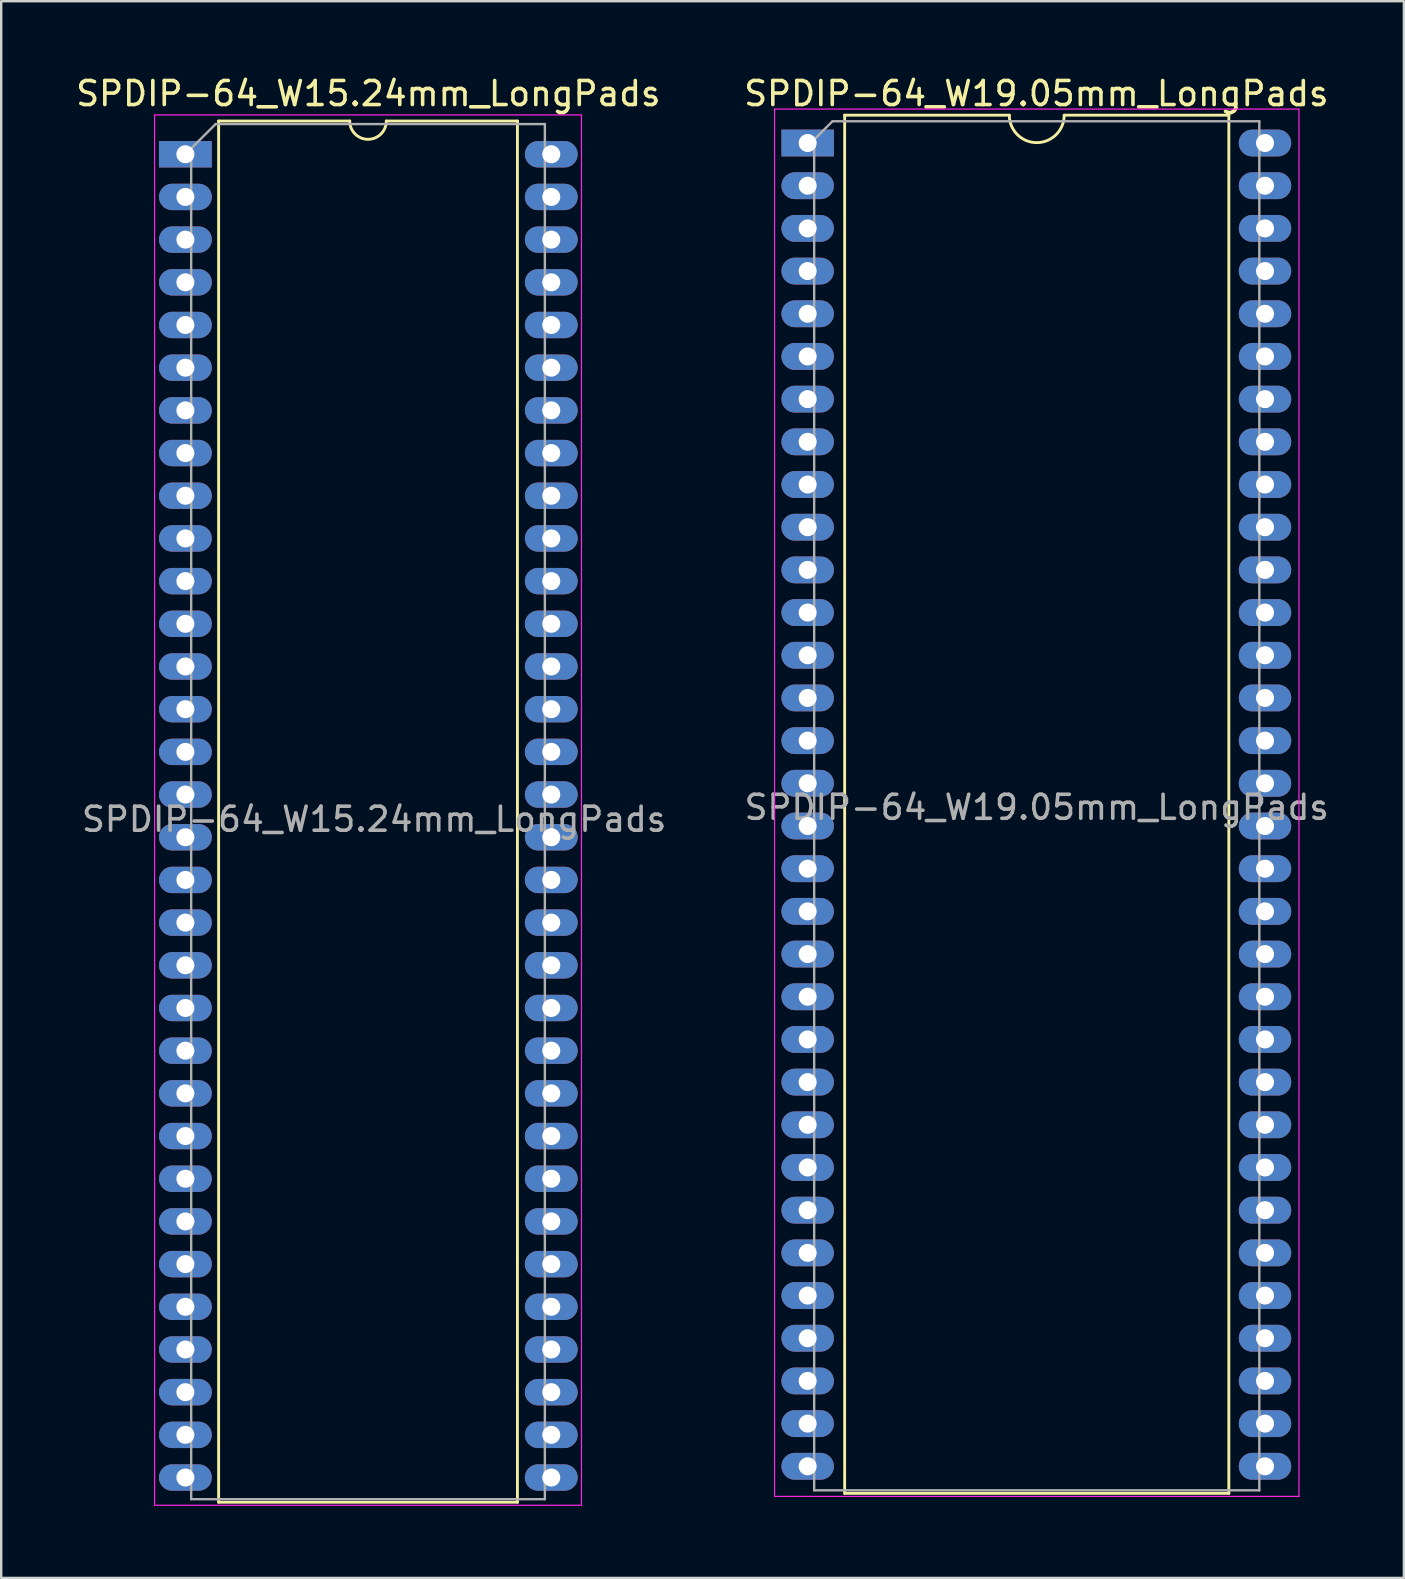
<source format=kicad_pcb>
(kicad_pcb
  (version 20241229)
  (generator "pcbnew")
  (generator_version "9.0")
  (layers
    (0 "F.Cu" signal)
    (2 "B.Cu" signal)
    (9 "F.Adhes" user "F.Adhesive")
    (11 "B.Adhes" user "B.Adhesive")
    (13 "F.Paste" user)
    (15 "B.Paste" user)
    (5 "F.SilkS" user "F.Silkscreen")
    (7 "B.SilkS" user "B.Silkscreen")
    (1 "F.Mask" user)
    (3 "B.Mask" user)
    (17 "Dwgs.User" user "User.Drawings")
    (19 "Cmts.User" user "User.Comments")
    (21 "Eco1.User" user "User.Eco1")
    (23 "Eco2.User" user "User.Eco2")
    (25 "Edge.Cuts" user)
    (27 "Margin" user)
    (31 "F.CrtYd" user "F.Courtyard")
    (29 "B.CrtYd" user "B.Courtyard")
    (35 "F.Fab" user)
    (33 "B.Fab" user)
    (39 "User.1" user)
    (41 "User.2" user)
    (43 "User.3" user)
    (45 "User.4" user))
  (footprint "SPDIP-64_W19.05mm_LongPads"
    (layer "F.Cu")
    (at 30.608 2.891)
    (property "Reference" "SPDIP-64_W19.05mm_LongPads" (at 9.508 -2.043 0) (layer "F.SilkS") (effects (font (size 1 1) (thickness 0.15))))
    (attr through_hole)
    (fp_line (start 1.524 -1.143) (end 1.524 56.261) (stroke (width 0.12) (type solid)) (layer "F.SilkS"))
    (fp_line (start 1.524 -1.143) (end 8.382 -1.143) (stroke (width 0.12) (type solid)) (layer "F.SilkS"))
    (fp_line (start 1.524 56.261) (end 17.526 56.261) (stroke (width 0.12) (type solid)) (layer "F.SilkS"))
    (fp_line (start 17.526 -1.143) (end 10.668 -1.143) (stroke (width 0.12) (type solid)) (layer "F.SilkS"))
    (fp_line (start 17.526 56.261) (end 17.526 -1.143) (stroke (width 0.12) (type solid)) (layer "F.SilkS"))
    (fp_arc (start 10.668 -1.143) (mid 9.525 0) (end 8.382 -1.143) (stroke (width 0.12) (type solid)) (layer "F.SilkS"))
    (fp_line (start -1.397 -1.397) (end 20.447 -1.397) (stroke (width 0.05) (type solid)) (layer "F.CrtYd"))
    (fp_line (start -1.397 56.388) (end -1.397 -1.397) (stroke (width 0.05) (type solid)) (layer "F.CrtYd"))
    (fp_line (start 20.447 -1.397) (end 20.447 56.388) (stroke (width 0.05) (type solid)) (layer "F.CrtYd"))
    (fp_line (start 20.447 56.388) (end -1.397 56.388) (stroke (width 0.05) (type solid)) (layer "F.CrtYd"))
    (fp_line (start 0.254 -0.127) (end 1.016 -0.889) (stroke (width 0.1) (type solid)) (layer "F.Fab"))
    (fp_line (start 0.254 56.134) (end 0.254 -0.127) (stroke (width 0.1) (type solid)) (layer "F.Fab"))
    (fp_line (start 0.254 56.134) (end 18.796 56.134) (stroke (width 0.1) (type solid)) (layer "F.Fab"))
    (fp_line (start 18.796 -0.889) (end 1.016 -0.889) (stroke (width 0.1) (type solid)) (layer "F.Fab"))
    (fp_line (start 18.796 56.134) (end 18.796 -0.889) (stroke (width 0.1) (type solid)) (layer "F.Fab"))
    (fp_text user "${REFERENCE}" (at 9.525 27.686 0) (layer "F.Fab") (effects (font (size 1 1) (thickness 0.15))))
    (pad "1" thru_hole rect (at -0.017 0.016 270) (size 1.118 2.184) (drill 0.75) (layers "*.Cu" "*.Mask"))
    (pad "2" thru_hole oval (at -0.017 1.794 270) (size 1.118 2.184) (drill 0.75) (layers "*.Cu" "*.Mask"))
    (pad "3" thru_hole oval (at -0.017 3.572 270) (size 1.118 2.184) (drill 0.75) (layers "*.Cu" "*.Mask"))
    (pad "4" thru_hole oval (at -0.017 5.35 270) (size 1.118 2.184) (drill 0.75) (layers "*.Cu" "*.Mask"))
    (pad "5" thru_hole oval (at -0.017 7.128 270) (size 1.118 2.184) (drill 0.75) (layers "*.Cu" "*.Mask"))
    (pad "6" thru_hole oval (at -0.017 8.906 270) (size 1.118 2.184) (drill 0.75) (layers "*.Cu" "*.Mask"))
    (pad "7" thru_hole oval (at -0.017 10.684 270) (size 1.118 2.184) (drill 0.75) (layers "*.Cu" "*.Mask"))
    (pad "8" thru_hole oval (at -0.017 12.462 270) (size 1.118 2.184) (drill 0.75) (layers "*.Cu" "*.Mask"))
    (pad "9" thru_hole oval (at -0.017 14.24 270) (size 1.118 2.184) (drill 0.75) (layers "*.Cu" "*.Mask"))
    (pad "10" thru_hole oval (at -0.017 16.018 270) (size 1.118 2.184) (drill 0.75) (layers "*.Cu" "*.Mask"))
    (pad "11" thru_hole oval (at -0.017 17.796 270) (size 1.118 2.184) (drill 0.75) (layers "*.Cu" "*.Mask"))
    (pad "12" thru_hole oval (at -0.017 19.574 270) (size 1.118 2.184) (drill 0.75) (layers "*.Cu" "*.Mask"))
    (pad "13" thru_hole oval (at -0.017 21.352 270) (size 1.118 2.184) (drill 0.75) (layers "*.Cu" "*.Mask"))
    (pad "14" thru_hole oval (at -0.017 23.13 270) (size 1.118 2.184) (drill 0.75) (layers "*.Cu" "*.Mask"))
    (pad "15" thru_hole oval (at -0.017 24.908 270) (size 1.118 2.184) (drill 0.75) (layers "*.Cu" "*.Mask"))
    (pad "16" thru_hole oval (at -0.017 26.686 270) (size 1.118 2.184) (drill 0.75) (layers "*.Cu" "*.Mask"))
    (pad "17" thru_hole oval (at -0.017 28.464 270) (size 1.118 2.184) (drill 0.75) (layers "*.Cu" "*.Mask"))
    (pad "18" thru_hole oval (at -0.017 30.242 270) (size 1.118 2.184) (drill 0.75) (layers "*.Cu" "*.Mask"))
    (pad "19" thru_hole oval (at -0.017 32.02 270) (size 1.118 2.184) (drill 0.75) (layers "*.Cu" "*.Mask"))
    (pad "20" thru_hole oval (at -0.017 33.798 270) (size 1.118 2.184) (drill 0.75) (layers "*.Cu" "*.Mask"))
    (pad "21" thru_hole oval (at -0.017 35.576 270) (size 1.118 2.184) (drill 0.75) (layers "*.Cu" "*.Mask"))
    (pad "22" thru_hole oval (at -0.017 37.354 270) (size 1.118 2.184) (drill 0.75) (layers "*.Cu" "*.Mask"))
    (pad "23" thru_hole oval (at -0.017 39.132 270) (size 1.118 2.184) (drill 0.75) (layers "*.Cu" "*.Mask"))
    (pad "24" thru_hole oval (at -0.017 40.91 270) (size 1.118 2.184) (drill 0.75) (layers "*.Cu" "*.Mask"))
    (pad "25" thru_hole oval (at -0.017 42.688 270) (size 1.118 2.184) (drill 0.75) (layers "*.Cu" "*.Mask"))
    (pad "26" thru_hole oval (at -0.017 44.466 270) (size 1.118 2.184) (drill 0.75) (layers "*.Cu" "*.Mask"))
    (pad "27" thru_hole oval (at -0.017 46.244 270) (size 1.118 2.184) (drill 0.75) (layers "*.Cu" "*.Mask"))
    (pad "28" thru_hole oval (at -0.017 48.022 270) (size 1.118 2.184) (drill 0.75) (layers "*.Cu" "*.Mask"))
    (pad "29" thru_hole oval (at -0.017 49.8 270) (size 1.118 2.184) (drill 0.75) (layers "*.Cu" "*.Mask"))
    (pad "30" thru_hole oval (at -0.017 51.578 270) (size 1.118 2.184) (drill 0.75) (layers "*.Cu" "*.Mask"))
    (pad "31" thru_hole oval (at -0.017 53.356 270) (size 1.118 2.184) (drill 0.75) (layers "*.Cu" "*.Mask"))
    (pad "32" thru_hole oval (at -0.017 55.134 270) (size 1.118 2.184) (drill 0.75) (layers "*.Cu" "*.Mask"))
    (pad "33" thru_hole oval (at 19.033 55.134 270) (size 1.118 2.184) (drill 0.75) (layers "*.Cu" "*.Mask"))
    (pad "34" thru_hole oval (at 19.033 53.356 270) (size 1.118 2.184) (drill 0.75) (layers "*.Cu" "*.Mask"))
    (pad "35" thru_hole oval (at 19.033 51.578 270) (size 1.118 2.184) (drill 0.75) (layers "*.Cu" "*.Mask"))
    (pad "36" thru_hole oval (at 19.033 49.8 270) (size 1.118 2.184) (drill 0.75) (layers "*.Cu" "*.Mask"))
    (pad "37" thru_hole oval (at 19.033 48.022 270) (size 1.118 2.184) (drill 0.75) (layers "*.Cu" "*.Mask"))
    (pad "38" thru_hole oval (at 19.033 46.244 270) (size 1.118 2.184) (drill 0.75) (layers "*.Cu" "*.Mask"))
    (pad "39" thru_hole oval (at 19.033 44.466 270) (size 1.118 2.184) (drill 0.75) (layers "*.Cu" "*.Mask"))
    (pad "40" thru_hole oval (at 19.033 42.688 270) (size 1.118 2.184) (drill 0.75) (layers "*.Cu" "*.Mask"))
    (pad "41" thru_hole oval (at 19.033 40.91 270) (size 1.118 2.184) (drill 0.75) (layers "*.Cu" "*.Mask"))
    (pad "42" thru_hole oval (at 19.033 39.132 270) (size 1.118 2.184) (drill 0.75) (layers "*.Cu" "*.Mask"))
    (pad "43" thru_hole oval (at 19.033 37.354 270) (size 1.118 2.184) (drill 0.75) (layers "*.Cu" "*.Mask"))
    (pad "44" thru_hole oval (at 19.033 35.576 270) (size 1.118 2.184) (drill 0.75) (layers "*.Cu" "*.Mask"))
    (pad "45" thru_hole oval (at 19.033 33.798 270) (size 1.118 2.184) (drill 0.75) (layers "*.Cu" "*.Mask"))
    (pad "46" thru_hole oval (at 19.033 32.02 270) (size 1.118 2.184) (drill 0.75) (layers "*.Cu" "*.Mask"))
    (pad "47" thru_hole oval (at 19.033 30.242 270) (size 1.118 2.184) (drill 0.75) (layers "*.Cu" "*.Mask"))
    (pad "48" thru_hole oval (at 19.033 28.464 270) (size 1.118 2.184) (drill 0.75) (layers "*.Cu" "*.Mask"))
    (pad "49" thru_hole oval (at 19.033 26.686 270) (size 1.118 2.184) (drill 0.75) (layers "*.Cu" "*.Mask"))
    (pad "50" thru_hole oval (at 19.033 24.908 270) (size 1.118 2.184) (drill 0.75) (layers "*.Cu" "*.Mask"))
    (pad "51" thru_hole oval (at 19.033 23.13 270) (size 1.118 2.184) (drill 0.75) (layers "*.Cu" "*.Mask"))
    (pad "52" thru_hole oval (at 19.033 21.352 270) (size 1.118 2.184) (drill 0.75) (layers "*.Cu" "*.Mask"))
    (pad "53" thru_hole oval (at 19.033 19.574 270) (size 1.118 2.184) (drill 0.75) (layers "*.Cu" "*.Mask"))
    (pad "54" thru_hole oval (at 19.033 17.796 270) (size 1.118 2.184) (drill 0.75) (layers "*.Cu" "*.Mask"))
    (pad "55" thru_hole oval (at 19.033 16.018 270) (size 1.118 2.184) (drill 0.75) (layers "*.Cu" "*.Mask"))
    (pad "56" thru_hole oval (at 19.033 14.24 270) (size 1.118 2.184) (drill 0.75) (layers "*.Cu" "*.Mask"))
    (pad "57" thru_hole oval (at 19.033 12.462 270) (size 1.118 2.184) (drill 0.75) (layers "*.Cu" "*.Mask"))
    (pad "58" thru_hole oval (at 19.033 10.684 270) (size 1.118 2.184) (drill 0.75) (layers "*.Cu" "*.Mask"))
    (pad "59" thru_hole oval (at 19.033 8.906 270) (size 1.118 2.184) (drill 0.75) (layers "*.Cu" "*.Mask"))
    (pad "60" thru_hole oval (at 19.033 7.128 270) (size 1.118 2.184) (drill 0.75) (layers "*.Cu" "*.Mask"))
    (pad "61" thru_hole oval (at 19.033 5.35 270) (size 1.118 2.184) (drill 0.75) (layers "*.Cu" "*.Mask"))
    (pad "62" thru_hole oval (at 19.033 3.572 270) (size 1.118 2.184) (drill 0.75) (layers "*.Cu" "*.Mask"))
    (pad "63" thru_hole oval (at 19.033 1.794 270) (size 1.118 2.184) (drill 0.75) (layers "*.Cu" "*.Mask"))
    (pad "64" thru_hole oval (at 19.033 0.016 270) (size 1.118 2.184) (drill 0.75) (layers "*.Cu" "*.Mask")))
  (footprint "SPDIP-64_W15.24mm_LongPads"
    (layer "F.Cu")
    (at 4.659 3.388)
    (property "Reference" "SPDIP-64_W15.24mm_LongPads" (at 7.633 -2.54 0) (layer "F.SilkS") (effects (font (size 1 1) (thickness 0.15))))
    (attr through_hole)
    (fp_line (start 1.397 -1.397) (end 1.397 56.134) (stroke (width 0.12) (type solid)) (layer "F.SilkS"))
    (fp_line (start 1.397 -1.397) (end 6.858 -1.397) (stroke (width 0.12) (type solid)) (layer "F.SilkS"))
    (fp_line (start 1.397 56.134) (end 13.843 56.134) (stroke (width 0.12) (type solid)) (layer "F.SilkS"))
    (fp_line (start 8.382 -1.397) (end 13.843 -1.397) (stroke (width 0.12) (type solid)) (layer "F.SilkS"))
    (fp_line (start 13.843 56.134) (end 13.843 -1.397) (stroke (width 0.12) (type solid)) (layer "F.SilkS"))
    (fp_arc (start 8.382 -1.397) (mid 7.62 -0.635) (end 6.858 -1.397) (stroke (width 0.12) (type solid)) (layer "F.SilkS"))
    (fp_line (start -1.27 -1.651) (end -1.27 56.261) (stroke (width 0.05) (type solid)) (layer "F.CrtYd"))
    (fp_line (start -1.27 -1.651) (end 16.51 -1.651) (stroke (width 0.05) (type solid)) (layer "F.CrtYd"))
    (fp_line (start -1.27 56.261) (end 16.51 56.261) (stroke (width 0.05) (type solid)) (layer "F.CrtYd"))
    (fp_line (start 16.51 56.261) (end 16.51 -1.651) (stroke (width 0.05) (type solid)) (layer "F.CrtYd"))
    (fp_line (start 0.254 -0.254) (end 0.254 56.007) (stroke (width 0.1) (type solid)) (layer "F.Fab"))
    (fp_line (start 0.254 -0.254) (end 1.27 -1.27) (stroke (width 0.1) (type solid)) (layer "F.Fab"))
    (fp_line (start 0.254 56.007) (end 14.986 56.007) (stroke (width 0.1) (type solid)) (layer "F.Fab"))
    (fp_line (start 14.986 -1.27) (end 1.27 -1.27) (stroke (width 0.1) (type solid)) (layer "F.Fab"))
    (fp_line (start 14.986 56.007) (end 14.986 -1.27) (stroke (width 0.1) (type solid)) (layer "F.Fab"))
    (fp_text user "${REFERENCE}" (at 7.874 27.686 0) (layer "F.Fab") (effects (font (size 1 1) (thickness 0.15))))
    (pad "1" thru_hole rect (at 0.013 -0.013 270) (size 1.1 2.2) (drill 0.75) (layers "*.Cu" "*.Mask"))
    (pad "2" thru_hole oval (at 0.013 1.765 270) (size 1.1 2.2) (drill 0.75) (layers "*.Cu" "*.Mask"))
    (pad "3" thru_hole oval (at 0.013 3.543 270) (size 1.1 2.2) (drill 0.75) (layers "*.Cu" "*.Mask"))
    (pad "4" thru_hole oval (at 0.013 5.321 270) (size 1.1 2.2) (drill 0.75) (layers "*.Cu" "*.Mask"))
    (pad "5" thru_hole oval (at 0.013 7.099 270) (size 1.1 2.2) (drill 0.75) (layers "*.Cu" "*.Mask"))
    (pad "6" thru_hole oval (at 0.013 8.877 270) (size 1.1 2.2) (drill 0.75) (layers "*.Cu" "*.Mask"))
    (pad "7" thru_hole oval (at 0.013 10.655 270) (size 1.1 2.2) (drill 0.75) (layers "*.Cu" "*.Mask"))
    (pad "8" thru_hole oval (at 0.013 12.433 270) (size 1.1 2.2) (drill 0.75) (layers "*.Cu" "*.Mask"))
    (pad "9" thru_hole oval (at 0.013 14.211 270) (size 1.1 2.2) (drill 0.75) (layers "*.Cu" "*.Mask"))
    (pad "10" thru_hole oval (at 0.013 15.989 270) (size 1.1 2.2) (drill 0.75) (layers "*.Cu" "*.Mask"))
    (pad "11" thru_hole oval (at 0.013 17.767 270) (size 1.1 2.2) (drill 0.75) (layers "*.Cu" "*.Mask"))
    (pad "12" thru_hole oval (at 0.013 19.545 270) (size 1.1 2.2) (drill 0.75) (layers "*.Cu" "*.Mask"))
    (pad "13" thru_hole oval (at 0.013 21.323 270) (size 1.1 2.2) (drill 0.75) (layers "*.Cu" "*.Mask"))
    (pad "14" thru_hole oval (at 0.013 23.101 270) (size 1.1 2.2) (drill 0.75) (layers "*.Cu" "*.Mask"))
    (pad "15" thru_hole oval (at 0.013 24.879 270) (size 1.1 2.2) (drill 0.75) (layers "*.Cu" "*.Mask"))
    (pad "16" thru_hole oval (at 0.013 26.657 270) (size 1.1 2.2) (drill 0.75) (layers "*.Cu" "*.Mask"))
    (pad "17" thru_hole oval (at 0.013 28.435 270) (size 1.1 2.2) (drill 0.75) (layers "*.Cu" "*.Mask"))
    (pad "18" thru_hole oval (at 0.013 30.213 270) (size 1.1 2.2) (drill 0.75) (layers "*.Cu" "*.Mask"))
    (pad "19" thru_hole oval (at 0.013 31.991 270) (size 1.1 2.2) (drill 0.75) (layers "*.Cu" "*.Mask"))
    (pad "20" thru_hole oval (at 0.013 33.769 270) (size 1.1 2.2) (drill 0.75) (layers "*.Cu" "*.Mask"))
    (pad "21" thru_hole oval (at 0.013 35.547 270) (size 1.1 2.2) (drill 0.75) (layers "*.Cu" "*.Mask"))
    (pad "22" thru_hole oval (at 0.013 37.325 270) (size 1.1 2.2) (drill 0.75) (layers "*.Cu" "*.Mask"))
    (pad "23" thru_hole oval (at 0.013 39.103 270) (size 1.1 2.2) (drill 0.75) (layers "*.Cu" "*.Mask"))
    (pad "24" thru_hole oval (at 0.013 40.881 270) (size 1.1 2.2) (drill 0.75) (layers "*.Cu" "*.Mask"))
    (pad "25" thru_hole oval (at 0.013 42.659 270) (size 1.1 2.2) (drill 0.75) (layers "*.Cu" "*.Mask"))
    (pad "26" thru_hole oval (at 0.013 44.437 270) (size 1.1 2.2) (drill 0.75) (layers "*.Cu" "*.Mask"))
    (pad "27" thru_hole oval (at 0.013 46.215 270) (size 1.1 2.2) (drill 0.75) (layers "*.Cu" "*.Mask"))
    (pad "28" thru_hole oval (at 0.013 47.993 270) (size 1.1 2.2) (drill 0.75) (layers "*.Cu" "*.Mask"))
    (pad "29" thru_hole oval (at 0.013 49.771 270) (size 1.1 2.2) (drill 0.75) (layers "*.Cu" "*.Mask"))
    (pad "30" thru_hole oval (at 0.013 51.549 270) (size 1.1 2.2) (drill 0.75) (layers "*.Cu" "*.Mask"))
    (pad "31" thru_hole oval (at 0.013 53.327 270) (size 1.1 2.2) (drill 0.75) (layers "*.Cu" "*.Mask"))
    (pad "32" thru_hole oval (at 0.013 55.105 270) (size 1.1 2.2) (drill 0.75) (layers "*.Cu" "*.Mask"))
    (pad "33" thru_hole oval (at 15.253 55.105 270) (size 1.1 2.2) (drill 0.75) (layers "*.Cu" "*.Mask"))
    (pad "34" thru_hole oval (at 15.253 53.327 270) (size 1.1 2.2) (drill 0.75) (layers "*.Cu" "*.Mask"))
    (pad "35" thru_hole oval (at 15.253 51.549 270) (size 1.1 2.2) (drill 0.75) (layers "*.Cu" "*.Mask"))
    (pad "36" thru_hole oval (at 15.253 49.771 270) (size 1.1 2.2) (drill 0.75) (layers "*.Cu" "*.Mask"))
    (pad "37" thru_hole oval (at 15.253 47.993 270) (size 1.1 2.2) (drill 0.75) (layers "*.Cu" "*.Mask"))
    (pad "38" thru_hole oval (at 15.253 46.215 270) (size 1.1 2.2) (drill 0.75) (layers "*.Cu" "*.Mask"))
    (pad "39" thru_hole oval (at 15.253 44.437 270) (size 1.1 2.2) (drill 0.75) (layers "*.Cu" "*.Mask"))
    (pad "40" thru_hole oval (at 15.253 42.659 270) (size 1.1 2.2) (drill 0.75) (layers "*.Cu" "*.Mask"))
    (pad "41" thru_hole oval (at 15.253 40.881 270) (size 1.1 2.2) (drill 0.75) (layers "*.Cu" "*.Mask"))
    (pad "42" thru_hole oval (at 15.253 39.103 270) (size 1.1 2.2) (drill 0.75) (layers "*.Cu" "*.Mask"))
    (pad "43" thru_hole oval (at 15.253 37.325 270) (size 1.1 2.2) (drill 0.75) (layers "*.Cu" "*.Mask"))
    (pad "44" thru_hole oval (at 15.253 35.547 270) (size 1.1 2.2) (drill 0.75) (layers "*.Cu" "*.Mask"))
    (pad "45" thru_hole oval (at 15.253 33.769 270) (size 1.1 2.2) (drill 0.75) (layers "*.Cu" "*.Mask"))
    (pad "46" thru_hole oval (at 15.253 31.991 270) (size 1.1 2.2) (drill 0.75) (layers "*.Cu" "*.Mask"))
    (pad "47" thru_hole oval (at 15.253 30.213 270) (size 1.1 2.2) (drill 0.75) (layers "*.Cu" "*.Mask"))
    (pad "48" thru_hole oval (at 15.253 28.435 270) (size 1.1 2.2) (drill 0.75) (layers "*.Cu" "*.Mask"))
    (pad "49" thru_hole oval (at 15.253 26.657 270) (size 1.1 2.2) (drill 0.75) (layers "*.Cu" "*.Mask"))
    (pad "50" thru_hole oval (at 15.253 24.879 270) (size 1.1 2.2) (drill 0.75) (layers "*.Cu" "*.Mask"))
    (pad "51" thru_hole oval (at 15.253 23.101 270) (size 1.1 2.2) (drill 0.75) (layers "*.Cu" "*.Mask"))
    (pad "52" thru_hole oval (at 15.253 21.323 270) (size 1.1 2.2) (drill 0.75) (layers "*.Cu" "*.Mask"))
    (pad "53" thru_hole oval (at 15.253 19.545 270) (size 1.1 2.2) (drill 0.75) (layers "*.Cu" "*.Mask"))
    (pad "54" thru_hole oval (at 15.253 17.767 270) (size 1.1 2.2) (drill 0.75) (layers "*.Cu" "*.Mask"))
    (pad "55" thru_hole oval (at 15.253 15.989 270) (size 1.1 2.2) (drill 0.75) (layers "*.Cu" "*.Mask"))
    (pad "56" thru_hole oval (at 15.253 14.211 270) (size 1.1 2.2) (drill 0.75) (layers "*.Cu" "*.Mask"))
    (pad "57" thru_hole oval (at 15.253 12.433 270) (size 1.1 2.2) (drill 0.75) (layers "*.Cu" "*.Mask"))
    (pad "58" thru_hole oval (at 15.253 10.655 270) (size 1.1 2.2) (drill 0.75) (layers "*.Cu" "*.Mask"))
    (pad "59" thru_hole oval (at 15.253 8.877 270) (size 1.1 2.2) (drill 0.75) (layers "*.Cu" "*.Mask"))
    (pad "60" thru_hole oval (at 15.253 7.099 270) (size 1.1 2.2) (drill 0.75) (layers "*.Cu" "*.Mask"))
    (pad "61" thru_hole oval (at 15.253 5.321 270) (size 1.1 2.2) (drill 0.75) (layers "*.Cu" "*.Mask"))
    (pad "62" thru_hole oval (at 15.253 3.543 270) (size 1.1 2.2) (drill 0.75) (layers "*.Cu" "*.Mask"))
    (pad "63" thru_hole oval (at 15.253 1.765 270) (size 1.1 2.2) (drill 0.75) (layers "*.Cu" "*.Mask"))
    (pad "64" thru_hole oval (at 15.253 -0.013 270) (size 1.1 2.2) (drill 0.75) (layers "*.Cu" "*.Mask")))
  (gr_rect
    (start -3 -3)
    (end 55.425 62.674)
    (stroke (width 0.1) (type default))
    (fill no)
    (layer "Edge.Cuts")))
</source>
